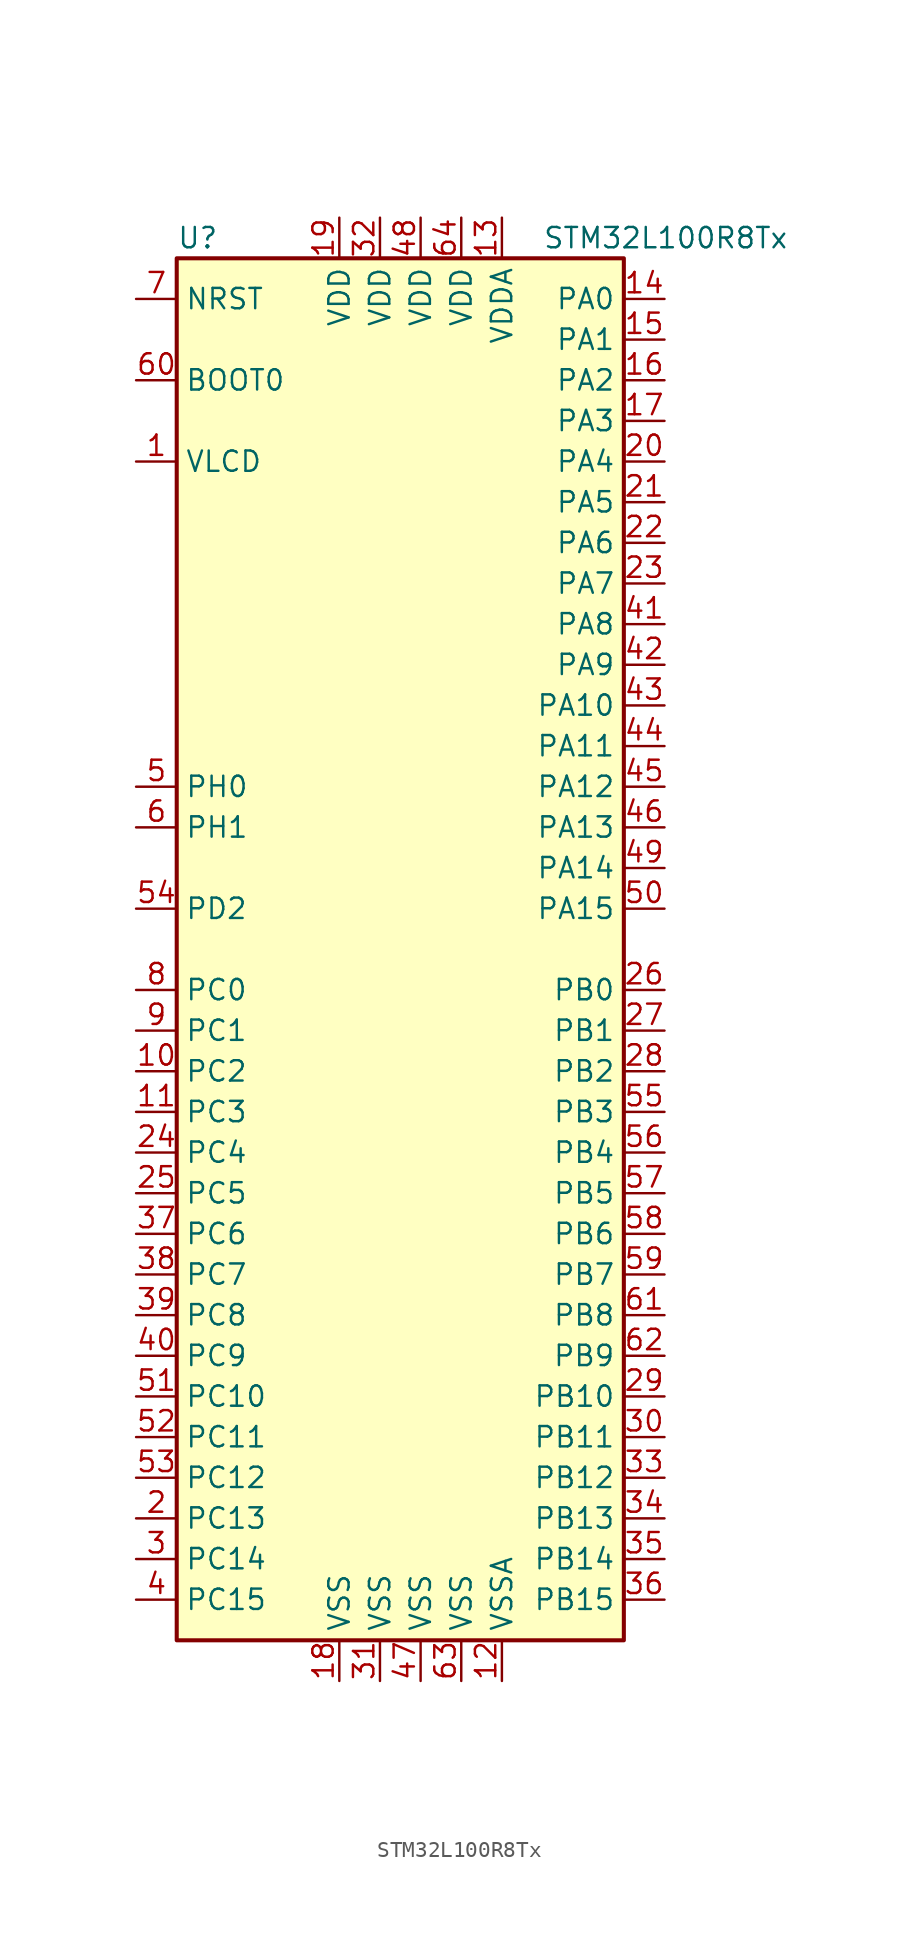
<source format=kicad_sym>
(kicad_symbol_lib
  (version 20211014)
  (generator kicad_symbol_editor)
  (symbol "STM32L100R8Tx"
    (property "Reference" "U"
      (at -15.24 44.45 0)
      (effects (font (size 1.27 1.27)) (justify left)))
    (property "Value" "STM32L100R8Tx"
      (at 7.62 44.45 0)
      (effects (font (size 1.27 1.27)) (justify left)))
    (symbol "STM32L100R8Tx_0_1"
      (rectangle (start -15.24 -43.18) (end 12.7 43.18) (stroke (width 0.254) (type default) (color 0 0 0 0)) (fill (type background))))
    (symbol "STM32L100R8Tx_1_1"
      (pin power_in line (at -17.78 30.48 0) (length 2.54) (name "VLCD" (effects (font (size 1.27 1.27)))) (number "1" (effects (font (size 1.27 1.27)))))
      (pin bidirectional line (at -17.78 -7.62 0) (length 2.54) (name "PC2" (effects (font (size 1.27 1.27)))) (number "10" (effects (font (size 1.27 1.27)))))
      (pin bidirectional line (at -17.78 -10.16 0) (length 2.54) (name "PC3" (effects (font (size 1.27 1.27)))) (number "11" (effects (font (size 1.27 1.27)))))
      (pin power_in line (at 5.08 -45.72 90) (length 2.54) (name "VSSA" (effects (font (size 1.27 1.27)))) (number "12" (effects (font (size 1.27 1.27)))))
      (pin power_in line (at 5.08 45.72 270) (length 2.54) (name "VDDA" (effects (font (size 1.27 1.27)))) (number "13" (effects (font (size 1.27 1.27)))))
      (pin bidirectional line (at 15.24 40.64 180) (length 2.54) (name "PA0" (effects (font (size 1.27 1.27)))) (number "14" (effects (font (size 1.27 1.27)))))
      (pin bidirectional line (at 15.24 38.1 180) (length 2.54) (name "PA1" (effects (font (size 1.27 1.27)))) (number "15" (effects (font (size 1.27 1.27)))))
      (pin bidirectional line (at 15.24 35.56 180) (length 2.54) (name "PA2" (effects (font (size 1.27 1.27)))) (number "16" (effects (font (size 1.27 1.27)))))
      (pin bidirectional line (at 15.24 33.02 180) (length 2.54) (name "PA3" (effects (font (size 1.27 1.27)))) (number "17" (effects (font (size 1.27 1.27)))))
      (pin power_in line (at -5.08 -45.72 90) (length 2.54) (name "VSS" (effects (font (size 1.27 1.27)))) (number "18" (effects (font (size 1.27 1.27)))))
      (pin power_in line (at -5.08 45.72 270) (length 2.54) (name "VDD" (effects (font (size 1.27 1.27)))) (number "19" (effects (font (size 1.27 1.27)))))
      (pin bidirectional line (at -17.78 -35.56 0) (length 2.54) (name "PC13" (effects (font (size 1.27 1.27)))) (number "2" (effects (font (size 1.27 1.27)))))
      (pin bidirectional line (at 15.24 30.48 180) (length 2.54) (name "PA4" (effects (font (size 1.27 1.27)))) (number "20" (effects (font (size 1.27 1.27)))))
      (pin bidirectional line (at 15.24 27.94 180) (length 2.54) (name "PA5" (effects (font (size 1.27 1.27)))) (number "21" (effects (font (size 1.27 1.27)))))
      (pin bidirectional line (at 15.24 25.4 180) (length 2.54) (name "PA6" (effects (font (size 1.27 1.27)))) (number "22" (effects (font (size 1.27 1.27)))))
      (pin bidirectional line (at 15.24 22.86 180) (length 2.54) (name "PA7" (effects (font (size 1.27 1.27)))) (number "23" (effects (font (size 1.27 1.27)))))
      (pin bidirectional line (at -17.78 -12.7 0) (length 2.54) (name "PC4" (effects (font (size 1.27 1.27)))) (number "24" (effects (font (size 1.27 1.27)))))
      (pin bidirectional line (at -17.78 -15.24 0) (length 2.54) (name "PC5" (effects (font (size 1.27 1.27)))) (number "25" (effects (font (size 1.27 1.27)))))
      (pin bidirectional line (at 15.24 -2.54 180) (length 2.54) (name "PB0" (effects (font (size 1.27 1.27)))) (number "26" (effects (font (size 1.27 1.27)))))
      (pin bidirectional line (at 15.24 -5.08 180) (length 2.54) (name "PB1" (effects (font (size 1.27 1.27)))) (number "27" (effects (font (size 1.27 1.27)))))
      (pin bidirectional line (at 15.24 -7.62 180) (length 2.54) (name "PB2" (effects (font (size 1.27 1.27)))) (number "28" (effects (font (size 1.27 1.27)))))
      (pin bidirectional line (at 15.24 -27.94 180) (length 2.54) (name "PB10" (effects (font (size 1.27 1.27)))) (number "29" (effects (font (size 1.27 1.27)))))
      (pin bidirectional line (at -17.78 -38.1 0) (length 2.54) (name "PC14" (effects (font (size 1.27 1.27)))) (number "3" (effects (font (size 1.27 1.27)))))
      (pin bidirectional line (at 15.24 -30.48 180) (length 2.54) (name "PB11" (effects (font (size 1.27 1.27)))) (number "30" (effects (font (size 1.27 1.27)))))
      (pin power_in line (at -2.54 -45.72 90) (length 2.54) (name "VSS" (effects (font (size 1.27 1.27)))) (number "31" (effects (font (size 1.27 1.27)))))
      (pin power_in line (at -2.54 45.72 270) (length 2.54) (name "VDD" (effects (font (size 1.27 1.27)))) (number "32" (effects (font (size 1.27 1.27)))))
      (pin bidirectional line (at 15.24 -33.02 180) (length 2.54) (name "PB12" (effects (font (size 1.27 1.27)))) (number "33" (effects (font (size 1.27 1.27)))))
      (pin bidirectional line (at 15.24 -35.56 180) (length 2.54) (name "PB13" (effects (font (size 1.27 1.27)))) (number "34" (effects (font (size 1.27 1.27)))))
      (pin bidirectional line (at 15.24 -38.1 180) (length 2.54) (name "PB14" (effects (font (size 1.27 1.27)))) (number "35" (effects (font (size 1.27 1.27)))))
      (pin bidirectional line (at 15.24 -40.64 180) (length 2.54) (name "PB15" (effects (font (size 1.27 1.27)))) (number "36" (effects (font (size 1.27 1.27)))))
      (pin bidirectional line (at -17.78 -17.78 0) (length 2.54) (name "PC6" (effects (font (size 1.27 1.27)))) (number "37" (effects (font (size 1.27 1.27)))))
      (pin bidirectional line (at -17.78 -20.32 0) (length 2.54) (name "PC7" (effects (font (size 1.27 1.27)))) (number "38" (effects (font (size 1.27 1.27)))))
      (pin bidirectional line (at -17.78 -22.86 0) (length 2.54) (name "PC8" (effects (font (size 1.27 1.27)))) (number "39" (effects (font (size 1.27 1.27)))))
      (pin bidirectional line (at -17.78 -40.64 0) (length 2.54) (name "PC15" (effects (font (size 1.27 1.27)))) (number "4" (effects (font (size 1.27 1.27)))))
      (pin bidirectional line (at -17.78 -25.4 0) (length 2.54) (name "PC9" (effects (font (size 1.27 1.27)))) (number "40" (effects (font (size 1.27 1.27)))))
      (pin bidirectional line (at 15.24 20.32 180) (length 2.54) (name "PA8" (effects (font (size 1.27 1.27)))) (number "41" (effects (font (size 1.27 1.27)))))
      (pin bidirectional line (at 15.24 17.78 180) (length 2.54) (name "PA9" (effects (font (size 1.27 1.27)))) (number "42" (effects (font (size 1.27 1.27)))))
      (pin bidirectional line (at 15.24 15.24 180) (length 2.54) (name "PA10" (effects (font (size 1.27 1.27)))) (number "43" (effects (font (size 1.27 1.27)))))
      (pin bidirectional line (at 15.24 12.7 180) (length 2.54) (name "PA11" (effects (font (size 1.27 1.27)))) (number "44" (effects (font (size 1.27 1.27)))))
      (pin bidirectional line (at 15.24 10.16 180) (length 2.54) (name "PA12" (effects (font (size 1.27 1.27)))) (number "45" (effects (font (size 1.27 1.27)))))
      (pin bidirectional line (at 15.24 7.62 180) (length 2.54) (name "PA13" (effects (font (size 1.27 1.27)))) (number "46" (effects (font (size 1.27 1.27)))))
      (pin power_in line (at 0 -45.72 90) (length 2.54) (name "VSS" (effects (font (size 1.27 1.27)))) (number "47" (effects (font (size 1.27 1.27)))))
      (pin power_in line (at 0 45.72 270) (length 2.54) (name "VDD" (effects (font (size 1.27 1.27)))) (number "48" (effects (font (size 1.27 1.27)))))
      (pin bidirectional line (at 15.24 5.08 180) (length 2.54) (name "PA14" (effects (font (size 1.27 1.27)))) (number "49" (effects (font (size 1.27 1.27)))))
      (pin input line (at -17.78 10.16 0) (length 2.54) (name "PH0" (effects (font (size 1.27 1.27)))) (number "5" (effects (font (size 1.27 1.27)))))
      (pin bidirectional line (at 15.24 2.54 180) (length 2.54) (name "PA15" (effects (font (size 1.27 1.27)))) (number "50" (effects (font (size 1.27 1.27)))))
      (pin bidirectional line (at -17.78 -27.94 0) (length 2.54) (name "PC10" (effects (font (size 1.27 1.27)))) (number "51" (effects (font (size 1.27 1.27)))))
      (pin bidirectional line (at -17.78 -30.48 0) (length 2.54) (name "PC11" (effects (font (size 1.27 1.27)))) (number "52" (effects (font (size 1.27 1.27)))))
      (pin bidirectional line (at -17.78 -33.02 0) (length 2.54) (name "PC12" (effects (font (size 1.27 1.27)))) (number "53" (effects (font (size 1.27 1.27)))))
      (pin bidirectional line (at -17.78 2.54 0) (length 2.54) (name "PD2" (effects (font (size 1.27 1.27)))) (number "54" (effects (font (size 1.27 1.27)))))
      (pin bidirectional line (at 15.24 -10.16 180) (length 2.54) (name "PB3" (effects (font (size 1.27 1.27)))) (number "55" (effects (font (size 1.27 1.27)))))
      (pin bidirectional line (at 15.24 -12.7 180) (length 2.54) (name "PB4" (effects (font (size 1.27 1.27)))) (number "56" (effects (font (size 1.27 1.27)))))
      (pin bidirectional line (at 15.24 -15.24 180) (length 2.54) (name "PB5" (effects (font (size 1.27 1.27)))) (number "57" (effects (font (size 1.27 1.27)))))
      (pin bidirectional line (at 15.24 -17.78 180) (length 2.54) (name "PB6" (effects (font (size 1.27 1.27)))) (number "58" (effects (font (size 1.27 1.27)))))
      (pin bidirectional line (at 15.24 -20.32 180) (length 2.54) (name "PB7" (effects (font (size 1.27 1.27)))) (number "59" (effects (font (size 1.27 1.27)))))
      (pin input line (at -17.78 7.62 0) (length 2.54) (name "PH1" (effects (font (size 1.27 1.27)))) (number "6" (effects (font (size 1.27 1.27)))))
      (pin input line (at -17.78 35.56 0) (length 2.54) (name "BOOT0" (effects (font (size 1.27 1.27)))) (number "60" (effects (font (size 1.27 1.27)))))
      (pin bidirectional line (at 15.24 -22.86 180) (length 2.54) (name "PB8" (effects (font (size 1.27 1.27)))) (number "61" (effects (font (size 1.27 1.27)))))
      (pin bidirectional line (at 15.24 -25.4 180) (length 2.54) (name "PB9" (effects (font (size 1.27 1.27)))) (number "62" (effects (font (size 1.27 1.27)))))
      (pin power_in line (at 2.54 -45.72 90) (length 2.54) (name "VSS" (effects (font (size 1.27 1.27)))) (number "63" (effects (font (size 1.27 1.27)))))
      (pin power_in line (at 2.54 45.72 270) (length 2.54) (name "VDD" (effects (font (size 1.27 1.27)))) (number "64" (effects (font (size 1.27 1.27)))))
      (pin input line (at -17.78 40.64 0) (length 2.54) (name "NRST" (effects (font (size 1.27 1.27)))) (number "7" (effects (font (size 1.27 1.27)))))
      (pin bidirectional line (at -17.78 -2.54 0) (length 2.54) (name "PC0" (effects (font (size 1.27 1.27)))) (number "8" (effects (font (size 1.27 1.27)))))
      (pin bidirectional line (at -17.78 -5.08 0) (length 2.54) (name "PC1" (effects (font (size 1.27 1.27)))) (number "9" (effects (font (size 1.27 1.27))))))))
</source>
